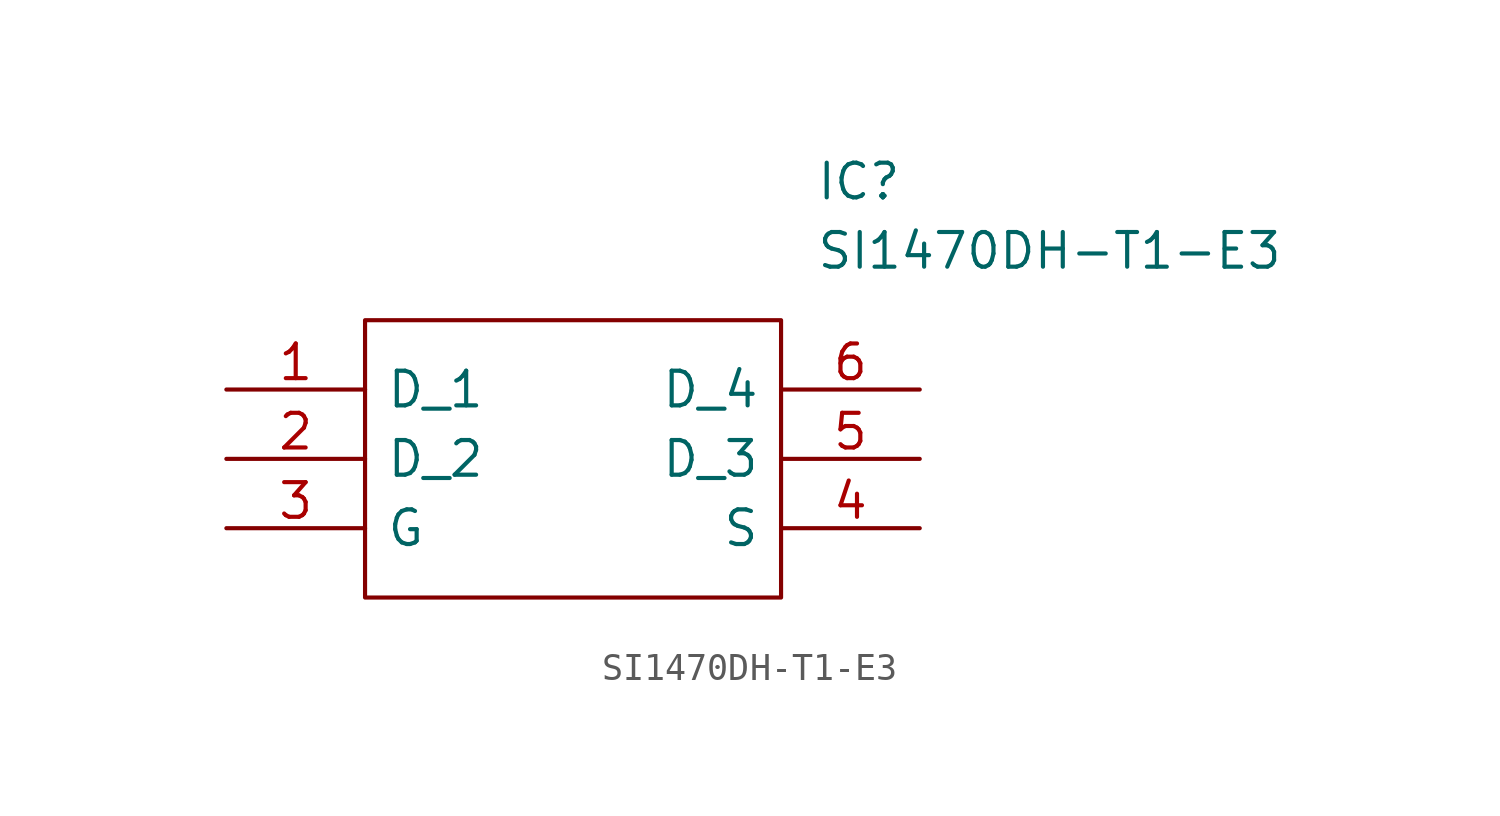
<source format=kicad_sym>
(kicad_symbol_lib
  (version 20211014)
  (generator kicad_symbol_editor)
  (symbol "SI1470DH-T1-E3"
    (pin_names
      (offset 0.762))
    (property "Reference" "IC"
      (at 21.59 7.62 0)
      (effects (font (size 1.27 1.27)) (justify left)))
    (property "Value" "SI1470DH-T1-E3"
      (at 21.59 5.08 0)
      (effects (font (size 1.27 1.27)) (justify left)))
    (symbol "SI1470DH-T1-E3_0_0"
      (pin passive line (at 0 0 0) (length 5.08) (name "D_1" (effects (font (size 1.27 1.27)))) (number "1" (effects (font (size 1.27 1.27)))))
      (pin passive line (at 0 -2.54 0) (length 5.08) (name "D_2" (effects (font (size 1.27 1.27)))) (number "2" (effects (font (size 1.27 1.27)))))
      (pin passive line (at 0 -5.08 0) (length 5.08) (name "G" (effects (font (size 1.27 1.27)))) (number "3" (effects (font (size 1.27 1.27)))))
      (pin passive line (at 25.4 -5.08 180) (length 5.08) (name "S" (effects (font (size 1.27 1.27)))) (number "4" (effects (font (size 1.27 1.27)))))
      (pin passive line (at 25.4 -2.54 180) (length 5.08) (name "D_3" (effects (font (size 1.27 1.27)))) (number "5" (effects (font (size 1.27 1.27)))))
      (pin passive line (at 25.4 0 180) (length 5.08) (name "D_4" (effects (font (size 1.27 1.27)))) (number "6" (effects (font (size 1.27 1.27))))))
    (symbol "SI1470DH-T1-E3_0_1"
      (polyline (pts (xy 5.08 2.54) (xy 20.32 2.54) (xy 20.32 -7.62) (xy 5.08 -7.62) (xy 5.08 2.54)) (stroke (width 0.152) (type default) (color 0 0 0 0)) (fill (type none))))))
</source>
